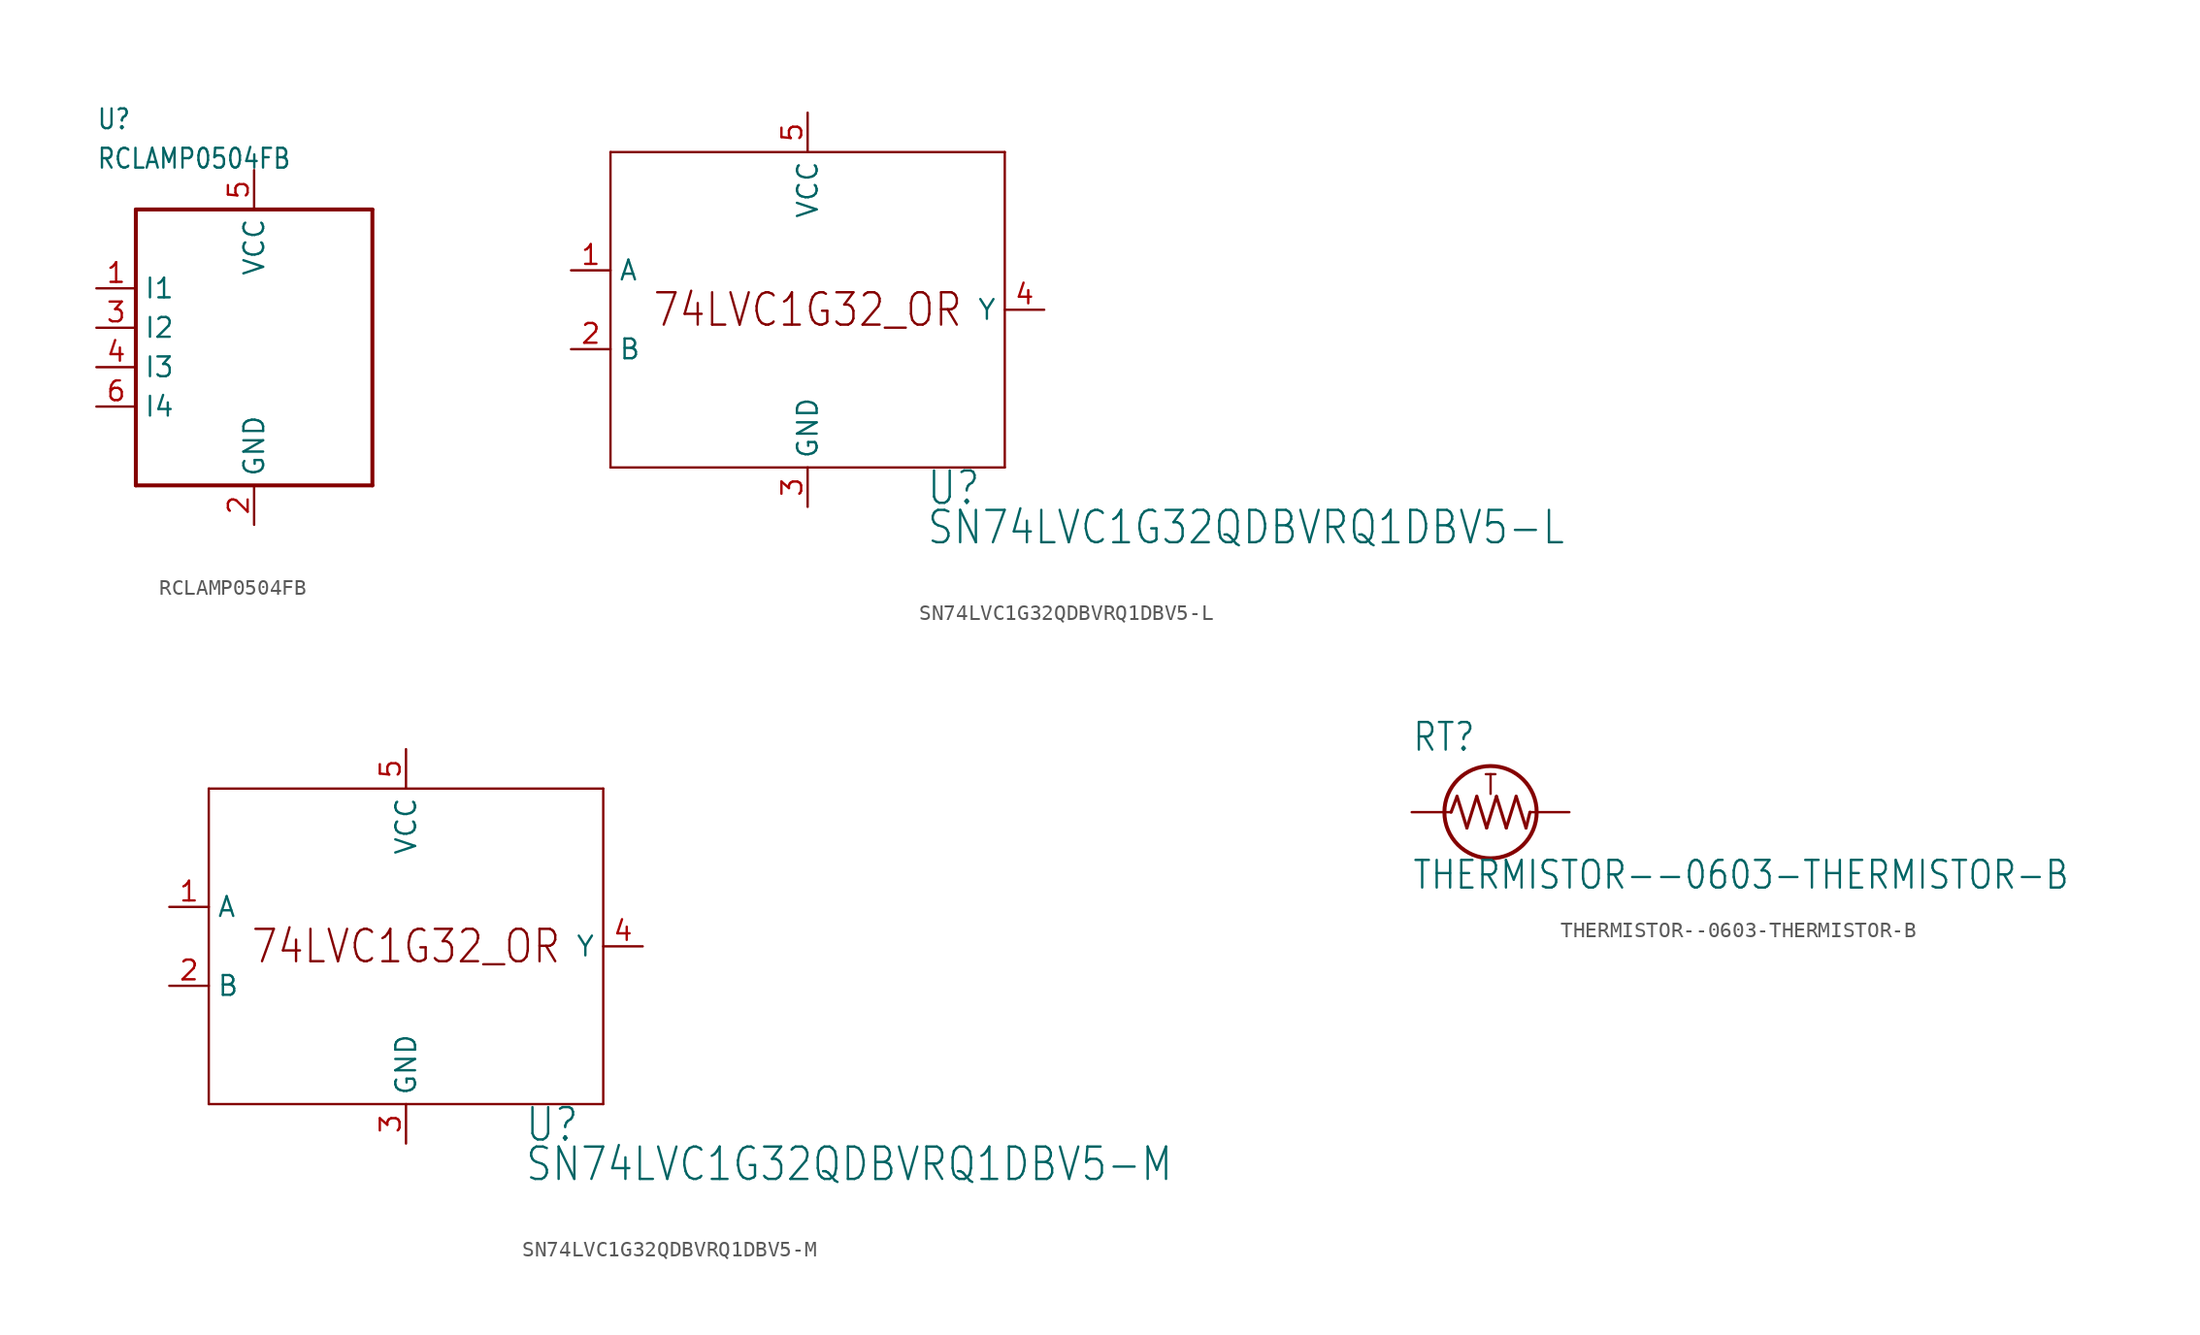
<source format=kicad_sym>
(kicad_symbol_lib
  (version 20211014)
  (generator kicad_symbol_editor)
  (symbol "RCLAMP0504FB"
    (property "Reference" "U"
      (at -10.16 12.7 0)
      (effects (font (size 1.27 1.079)) (justify left bottom)))
    (property "Value" "RCLAMP0504FB"
      (at -10.16 10.16 0)
      (effects (font (size 1.27 1.079)) (justify left bottom)))
    (property "ki_locked" ""
      (at 0 0 0)
      (effects (font (size 1.27 1.27))))
    (symbol "RCLAMP0504FB_1_0"
      (polyline (pts (xy -7.62 -10.16) (xy -7.62 7.62)) (stroke (width 0.254) (type default) (color 0 0 0 0)) (fill (type none)))
      (polyline (pts (xy -7.62 7.62) (xy 7.62 7.62)) (stroke (width 0.254) (type default) (color 0 0 0 0)) (fill (type none)))
      (polyline (pts (xy 7.62 -10.16) (xy -7.62 -10.16)) (stroke (width 0.254) (type default) (color 0 0 0 0)) (fill (type none)))
      (polyline (pts (xy 7.62 7.62) (xy 7.62 -10.16)) (stroke (width 0.254) (type default) (color 0 0 0 0)) (fill (type none)))
      (pin bidirectional line (at -10.16 2.54 0) (length 2.54) (name "I1" (effects (font (size 1.27 1.27)))) (number "1" (effects (font (size 1.27 1.27)))))
      (pin power_in line (at 0 -12.7 90) (length 2.54) (name "GND" (effects (font (size 1.27 1.27)))) (number "2" (effects (font (size 1.27 1.27)))))
      (pin bidirectional line (at -10.16 0 0) (length 2.54) (name "I2" (effects (font (size 1.27 1.27)))) (number "3" (effects (font (size 1.27 1.27)))))
      (pin bidirectional line (at -10.16 -2.54 0) (length 2.54) (name "I3" (effects (font (size 1.27 1.27)))) (number "4" (effects (font (size 1.27 1.27)))))
      (pin power_in line (at 0 10.16 270) (length 2.54) (name "VCC" (effects (font (size 1.27 1.27)))) (number "5" (effects (font (size 1.27 1.27)))))
      (pin bidirectional line (at -10.16 -5.08 0) (length 2.54) (name "I4" (effects (font (size 1.27 1.27)))) (number "6" (effects (font (size 1.27 1.27)))))))
  (symbol "SN74LVC1G32QDBVRQ1DBV5-L"
    (property "Reference" "U"
      (at 7.62 -12.7 0)
      (effects (font (size 2.083 1.77)) (justify left bottom)))
    (property "Value" "SN74LVC1G32QDBVRQ1DBV5-L"
      (at 7.62 -15.24 0)
      (effects (font (size 2.083 1.77)) (justify left bottom)))
    (property "ki_locked" ""
      (at 0 0 0)
      (effects (font (size 1.27 1.27))))
    (symbol "SN74LVC1G32QDBVRQ1DBV5-L_1_0"
      (polyline (pts (xy -12.7 -10.16) (xy 12.7 -10.16)) (stroke (width 0.152) (type default) (color 0 0 0 0)) (fill (type none)))
      (polyline (pts (xy -12.7 10.16) (xy -12.7 -10.16)) (stroke (width 0.152) (type default) (color 0 0 0 0)) (fill (type none)))
      (polyline (pts (xy 12.7 -10.16) (xy 12.7 10.16)) (stroke (width 0.152) (type default) (color 0 0 0 0)) (fill (type none)))
      (polyline (pts (xy 12.7 10.16) (xy -12.7 10.16)) (stroke (width 0.152) (type default) (color 0 0 0 0)) (fill (type none)))
      (text "74LVC1G32_OR" (at 0 0 0) (effects (font (size 2.083 1.77))))
      (pin input line (at -15.24 2.54 0) (length 2.54) (name "A" (effects (font (size 1.27 1.27)))) (number "1" (effects (font (size 1.27 1.27)))))
      (pin input line (at -15.24 -2.54 0) (length 2.54) (name "B" (effects (font (size 1.27 1.27)))) (number "2" (effects (font (size 1.27 1.27)))))
      (pin power_in line (at 0 -12.7 90) (length 2.54) (name "GND" (effects (font (size 1.27 1.27)))) (number "3" (effects (font (size 1.27 1.27)))))
      (pin output line (at 15.24 0 180) (length 2.54) (name "Y" (effects (font (size 1.27 1.27)))) (number "4" (effects (font (size 1.27 1.27)))))
      (pin power_in line (at 0 12.7 270) (length 2.54) (name "VCC" (effects (font (size 1.27 1.27)))) (number "5" (effects (font (size 1.27 1.27)))))))
  (symbol "SN74LVC1G32QDBVRQ1DBV5-M"
    (property "Reference" "U"
      (at 7.62 -12.7 0)
      (effects (font (size 2.083 1.77)) (justify left bottom)))
    (property "Value" "SN74LVC1G32QDBVRQ1DBV5-M"
      (at 7.62 -15.24 0)
      (effects (font (size 2.083 1.77)) (justify left bottom)))
    (property "ki_locked" ""
      (at 0 0 0)
      (effects (font (size 1.27 1.27))))
    (symbol "SN74LVC1G32QDBVRQ1DBV5-M_1_0"
      (polyline (pts (xy -12.7 -10.16) (xy 12.7 -10.16)) (stroke (width 0.152) (type default) (color 0 0 0 0)) (fill (type none)))
      (polyline (pts (xy -12.7 10.16) (xy -12.7 -10.16)) (stroke (width 0.152) (type default) (color 0 0 0 0)) (fill (type none)))
      (polyline (pts (xy 12.7 -10.16) (xy 12.7 10.16)) (stroke (width 0.152) (type default) (color 0 0 0 0)) (fill (type none)))
      (polyline (pts (xy 12.7 10.16) (xy -12.7 10.16)) (stroke (width 0.152) (type default) (color 0 0 0 0)) (fill (type none)))
      (text "74LVC1G32_OR" (at 0 0 0) (effects (font (size 2.083 1.77))))
      (pin input line (at -15.24 2.54 0) (length 2.54) (name "A" (effects (font (size 1.27 1.27)))) (number "1" (effects (font (size 1.27 1.27)))))
      (pin input line (at -15.24 -2.54 0) (length 2.54) (name "B" (effects (font (size 1.27 1.27)))) (number "2" (effects (font (size 1.27 1.27)))))
      (pin power_in line (at 0 -12.7 90) (length 2.54) (name "GND" (effects (font (size 1.27 1.27)))) (number "3" (effects (font (size 1.27 1.27)))))
      (pin output line (at 15.24 0 180) (length 2.54) (name "Y" (effects (font (size 1.27 1.27)))) (number "4" (effects (font (size 1.27 1.27)))))
      (pin power_in line (at 0 12.7 270) (length 2.54) (name "VCC" (effects (font (size 1.27 1.27)))) (number "5" (effects (font (size 1.27 1.27)))))))
  (symbol "THERMISTOR--0603-THERMISTOR-B"
    (property "Reference" "RT"
      (at -5.08 3.81 0)
      (effects (font (size 1.778 1.511)) (justify left bottom)))
    (property "Value" "THERMISTOR--0603-THERMISTOR-B"
      (at -5.08 -5.08 0)
      (effects (font (size 1.778 1.511)) (justify left bottom)))
    (property "ki_locked" ""
      (at 0 0 0)
      (effects (font (size 1.27 1.27))))
    (symbol "THERMISTOR--0603-THERMISTOR-B_1_0"
      (polyline (pts (xy -2.54 0) (xy -2.159 1.016)) (stroke (width 0.203) (type default) (color 0 0 0 0)) (fill (type none)))
      (polyline (pts (xy -2.159 1.016) (xy -1.524 -1.016)) (stroke (width 0.203) (type default) (color 0 0 0 0)) (fill (type none)))
      (polyline (pts (xy -1.524 -1.016) (xy -0.889 1.016)) (stroke (width 0.203) (type default) (color 0 0 0 0)) (fill (type none)))
      (polyline (pts (xy -0.889 1.016) (xy -0.254 -1.016)) (stroke (width 0.203) (type default) (color 0 0 0 0)) (fill (type none)))
      (polyline (pts (xy -0.254 -1.016) (xy 0.381 1.016)) (stroke (width 0.203) (type default) (color 0 0 0 0)) (fill (type none)))
      (polyline (pts (xy 0.381 1.016) (xy 1.016 -1.016)) (stroke (width 0.203) (type default) (color 0 0 0 0)) (fill (type none)))
      (polyline (pts (xy 1.016 -1.016) (xy 1.651 1.016)) (stroke (width 0.203) (type default) (color 0 0 0 0)) (fill (type none)))
      (polyline (pts (xy 1.651 1.016) (xy 2.286 -1.016)) (stroke (width 0.203) (type default) (color 0 0 0 0)) (fill (type none)))
      (polyline (pts (xy 2.286 -1.016) (xy 2.54 0)) (stroke (width 0.203) (type default) (color 0 0 0 0)) (fill (type none)))
      (circle (center 0 0) (radius 2.973) (stroke (width 0.254) (type default) (color 0 0 0 0)) (fill (type none)))
      (text "T" (at -0.508 1.016 0) (effects (font (size 1.27 1.079)) (justify left bottom)))
      (pin passive line (at -5.08 0 0) (length 2.54) (name "1" (effects (font (size 0 0)))) (number "1" (effects (font (size 0 0)))))
      (pin passive line (at 5.08 0 180) (length 2.54) (name "2" (effects (font (size 0 0)))) (number "2" (effects (font (size 0 0))))))))
</source>
